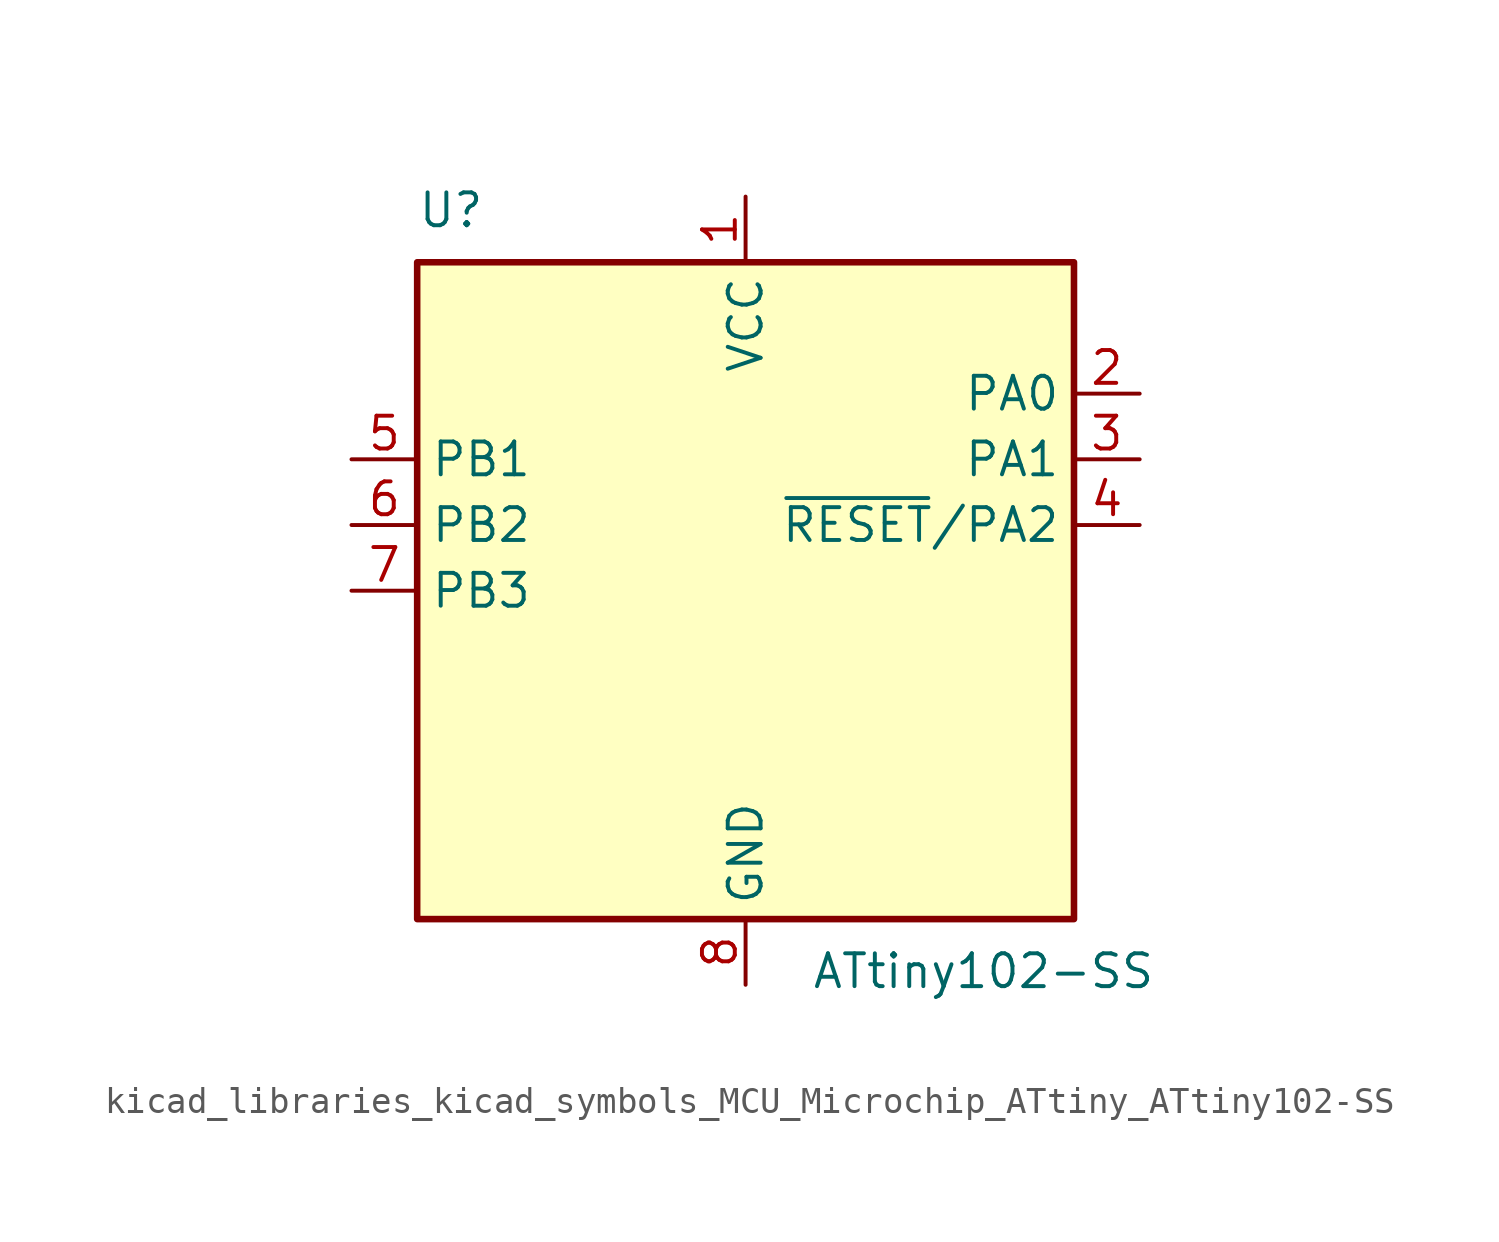
<source format=kicad_sym>
(kicad_symbol_lib
  (version 20220914)
  (generator kicad_symbol_editor)
  (symbol "kicad_libraries_kicad_symbols_MCU_Microchip_ATtiny_ATtiny102-SS"
    (property "Reference" "U"
      (at -12.7 13.97 0)
      (effects (font (size 1.27 1.27)) (justify left bottom)))
    (property "Value" "ATtiny102-SS"
      (at 2.54 -13.97 0)
      (effects (font (size 1.27 1.27)) (justify left top)))
    (symbol "kicad_libraries_kicad_symbols_MCU_Microchip_ATtiny_ATtiny102-SS_0_1"
      (rectangle (start -12.7 -12.7) (end 12.7 12.7) (stroke (width 0.254) (type default)) (fill (type background))))
    (symbol "kicad_libraries_kicad_symbols_MCU_Microchip_ATtiny_ATtiny102-SS_1_1"
      (pin power_in line (at 0 15.24 270) (length 2.54) (name "VCC" (effects (font (size 1.27 1.27)))) (number "1" (effects (font (size 1.27 1.27)))))
      (pin bidirectional line (at 15.24 7.62 180) (length 2.54) (name "PA0" (effects (font (size 1.27 1.27)))) (number "2" (effects (font (size 1.27 1.27)))))
      (pin bidirectional line (at 15.24 5.08 180) (length 2.54) (name "PA1" (effects (font (size 1.27 1.27)))) (number "3" (effects (font (size 1.27 1.27)))))
      (pin bidirectional line (at 15.24 2.54 180) (length 2.54) (name "~{RESET}/PA2" (effects (font (size 1.27 1.27)))) (number "4" (effects (font (size 1.27 1.27)))))
      (pin bidirectional line (at -15.24 5.08 0) (length 2.54) (name "PB1" (effects (font (size 1.27 1.27)))) (number "5" (effects (font (size 1.27 1.27)))))
      (pin bidirectional line (at -15.24 2.54 0) (length 2.54) (name "PB2" (effects (font (size 1.27 1.27)))) (number "6" (effects (font (size 1.27 1.27)))))
      (pin bidirectional line (at -15.24 0 0) (length 2.54) (name "PB3" (effects (font (size 1.27 1.27)))) (number "7" (effects (font (size 1.27 1.27)))))
      (pin power_in line (at 0 -15.24 90) (length 2.54) (name "GND" (effects (font (size 1.27 1.27)))) (number "8" (effects (font (size 1.27 1.27))))))))
</source>
